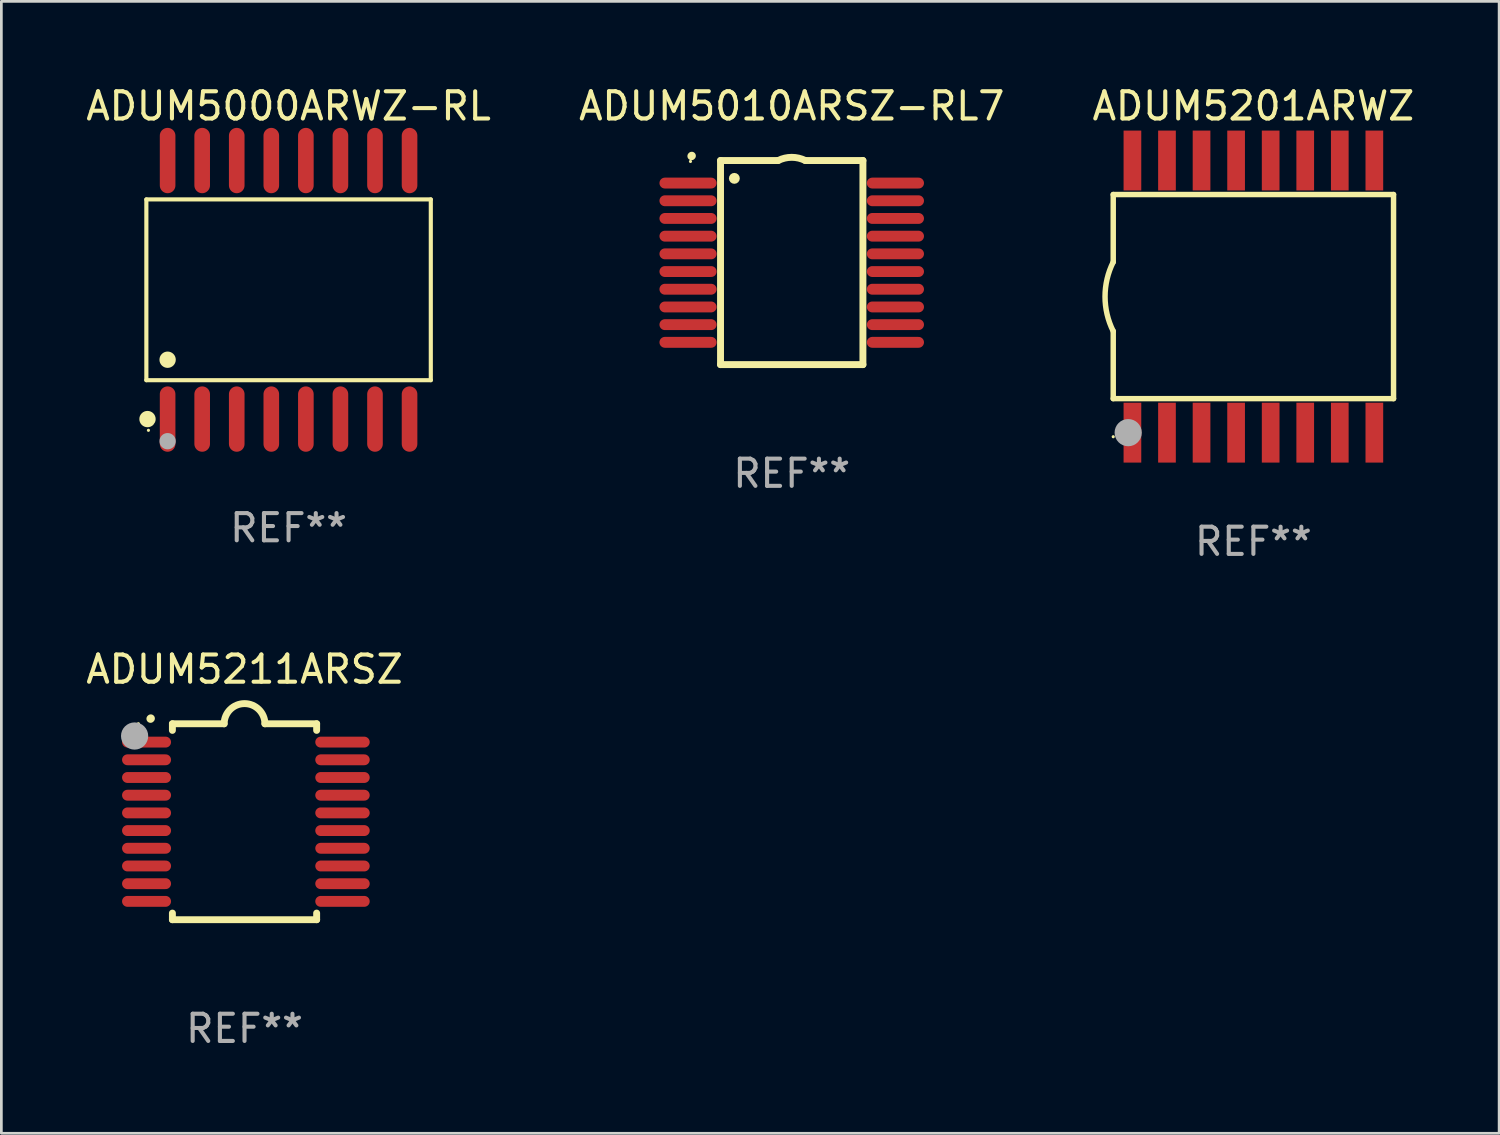
<source format=kicad_pcb>
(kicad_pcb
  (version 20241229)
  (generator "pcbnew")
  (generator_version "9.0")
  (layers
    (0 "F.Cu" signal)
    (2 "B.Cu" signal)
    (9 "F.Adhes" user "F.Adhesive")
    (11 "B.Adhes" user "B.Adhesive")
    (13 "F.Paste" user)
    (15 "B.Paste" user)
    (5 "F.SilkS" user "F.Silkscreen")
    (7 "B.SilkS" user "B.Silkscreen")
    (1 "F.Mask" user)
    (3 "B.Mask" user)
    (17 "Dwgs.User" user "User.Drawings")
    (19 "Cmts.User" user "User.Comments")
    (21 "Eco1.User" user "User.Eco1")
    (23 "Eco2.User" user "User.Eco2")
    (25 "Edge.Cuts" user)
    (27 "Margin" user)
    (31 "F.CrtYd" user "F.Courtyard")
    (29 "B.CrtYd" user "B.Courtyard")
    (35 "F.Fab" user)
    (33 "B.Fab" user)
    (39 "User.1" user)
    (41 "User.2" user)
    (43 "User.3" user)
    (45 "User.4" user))
  (footprint "ADUM5211ARSZ"
    (layer "F.Cu")
    (at 5.935 27.145)
    (property "Reference" "ADUM5211ARSZ" (at 0 -5.6 0) (layer "F.SilkS") (effects (font (size 1 1) (thickness 0.15))))
    (attr through_hole)
    (fp_line (start -2.65 -3.6) (end -2.65 -3.357) (stroke (width 0.254) (type solid)) (layer "F.SilkS"))
    (fp_line (start -2.65 -3.6) (end -0.75 -3.6) (stroke (width 0.254) (type solid)) (layer "F.SilkS"))
    (fp_line (start -2.65 3.357) (end -2.65 3.6) (stroke (width 0.254) (type solid)) (layer "F.SilkS"))
    (fp_line (start 2.65 -3.6) (end 0.75 -3.6) (stroke (width 0.254) (type solid)) (layer "F.SilkS"))
    (fp_line (start 2.65 -3.6) (end 2.65 -3.357) (stroke (width 0.254) (type solid)) (layer "F.SilkS"))
    (fp_line (start 2.65 3.357) (end 2.65 3.6) (stroke (width 0.254) (type solid)) (layer "F.SilkS"))
    (fp_line (start 2.65 3.6) (end -2.65 3.6) (stroke (width 0.254) (type solid)) (layer "F.SilkS"))
    (fp_arc (start -3.454407 -3.784608) (mid -3.449499 -3.78986) (end -3.444247 -3.794768) (stroke (width 0.3) (type solid)) (layer "F.SilkS"))
    (fp_arc (start -0.749301 -3.599186) (mid -0.000051 -4.348844) (end 0.750013 -3.6) (stroke (width 0.254001) (type solid)) (layer "F.SilkS"))
    (fp_circle (center -3.9 -3.6) (end -3.87 -3.6) (stroke (width 0.06) (type solid)) (fill no) (layer "F.SilkS"))
    (fp_circle (center -4.039 -3.15) (end -3.789 -3.15) (stroke (width 0.5) (type solid)) (fill no) (layer "F.Fab"))
    (fp_text user "REF**" (at 0 7.6 0) (layer "F.Fab") (effects (font (size 1 1) (thickness 0.15))))
    (pad "1" smd oval (at -3.6 -2.926 90) (size 0.4 1.8) (layers "F.Cu" "F.Mask" "F.Paste"))
    (pad "2" smd oval (at -3.6 -2.276 90) (size 0.4 1.8) (layers "F.Cu" "F.Mask" "F.Paste"))
    (pad "3" smd oval (at -3.6 -1.626 90) (size 0.4 1.8) (layers "F.Cu" "F.Mask" "F.Paste"))
    (pad "4" smd oval (at -3.6 -0.975 90) (size 0.4 1.8) (layers "F.Cu" "F.Mask" "F.Paste"))
    (pad "5" smd oval (at -3.6 -0.325 90) (size 0.4 1.8) (layers "F.Cu" "F.Mask" "F.Paste"))
    (pad "6" smd oval (at -3.6 0.325 90) (size 0.4 1.8) (layers "F.Cu" "F.Mask" "F.Paste"))
    (pad "7" smd oval (at -3.6 0.975 90) (size 0.4 1.8) (layers "F.Cu" "F.Mask" "F.Paste"))
    (pad "8" smd oval (at -3.6 1.626 90) (size 0.4 1.8) (layers "F.Cu" "F.Mask" "F.Paste"))
    (pad "9" smd oval (at -3.6 2.276 90) (size 0.4 1.8) (layers "F.Cu" "F.Mask" "F.Paste"))
    (pad "10" smd oval (at -3.6 2.926 90) (size 0.4 1.8) (layers "F.Cu" "F.Mask" "F.Paste"))
    (pad "11" smd oval (at 3.6 2.926 90) (size 0.4 2) (layers "F.Cu" "F.Mask" "F.Paste"))
    (pad "12" smd oval (at 3.6 2.276 90) (size 0.4 2) (layers "F.Cu" "F.Mask" "F.Paste"))
    (pad "13" smd oval (at 3.6 1.626 90) (size 0.4 2) (layers "F.Cu" "F.Mask" "F.Paste"))
    (pad "14" smd oval (at 3.6 0.975 90) (size 0.4 2) (layers "F.Cu" "F.Mask" "F.Paste"))
    (pad "15" smd oval (at 3.6 0.325 90) (size 0.4 2) (layers "F.Cu" "F.Mask" "F.Paste"))
    (pad "16" smd oval (at 3.6 -0.325 90) (size 0.4 2) (layers "F.Cu" "F.Mask" "F.Paste"))
    (pad "17" smd oval (at 3.6 -0.975 90) (size 0.4 2) (layers "F.Cu" "F.Mask" "F.Paste"))
    (pad "18" smd oval (at 3.6 -1.626 90) (size 0.4 2) (layers "F.Cu" "F.Mask" "F.Paste"))
    (pad "19" smd oval (at 3.6 -2.276 90) (size 0.4 2) (layers "F.Cu" "F.Mask" "F.Paste"))
    (pad "20" smd oval (at 3.6 -2.926 90) (size 0.4 2) (layers "F.Cu" "F.Mask" "F.Paste")))
  (footprint "ADUM5201ARWZ"
    (layer "F.Cu")
    (at 43.006 7.848)
    (property "Reference" "ADUM5201ARWZ" (at 0 -7 0) (layer "F.SilkS") (effects (font (size 1 1) (thickness 0.15))))
    (attr through_hole)
    (fp_line (start -5.15 -3.75) (end -5.15 -1.27) (stroke (width 0.2) (type solid)) (layer "F.SilkS"))
    (fp_line (start -5.15 -3.75) (end 5.15 -3.75) (stroke (width 0.2) (type solid)) (layer "F.SilkS"))
    (fp_line (start -5.15 3.75) (end -5.15 1.27) (stroke (width 0.2) (type solid)) (layer "F.SilkS"))
    (fp_line (start 5.15 -3.75) (end 5.15 3.75) (stroke (width 0.2) (type solid)) (layer "F.SilkS"))
    (fp_line (start 5.15 3.75) (end -5.15 3.75) (stroke (width 0.2) (type solid)) (layer "F.SilkS"))
    (fp_arc (start -5.151131 1.270003) (mid -5.450556 -0.000132) (end -5.150013 -1.270003) (stroke (width 0.2) (type solid)) (layer "F.SilkS"))
    (fp_circle (center -5.15 5.15) (end -5.12 5.15) (stroke (width 0.06) (type solid)) (fill no) (layer "F.SilkS"))
    (fp_circle (center -4.6 5) (end -4.35 5) (stroke (width 0.5) (type solid)) (fill no) (layer "F.Fab"))
    (fp_text user "REF**" (at 0 9 0) (layer "F.Fab") (effects (font (size 1 1) (thickness 0.15))))
    (pad "1" smd rect (at -4.445 5) (size 0.65 2.2) (layers "F.Cu" "F.Mask" "F.Paste"))
    (pad "2" smd rect (at -3.175 5) (size 0.65 2.2) (layers "F.Cu" "F.Mask" "F.Paste"))
    (pad "3" smd rect (at -1.905 5) (size 0.65 2.2) (layers "F.Cu" "F.Mask" "F.Paste"))
    (pad "4" smd rect (at -0.635 5) (size 0.65 2.2) (layers "F.Cu" "F.Mask" "F.Paste"))
    (pad "5" smd rect (at 0.635 5) (size 0.65 2.2) (layers "F.Cu" "F.Mask" "F.Paste"))
    (pad "6" smd rect (at 1.905 5) (size 0.65 2.2) (layers "F.Cu" "F.Mask" "F.Paste"))
    (pad "7" smd rect (at 3.175 5) (size 0.65 2.2) (layers "F.Cu" "F.Mask" "F.Paste"))
    (pad "8" smd rect (at 4.445 5) (size 0.65 2.2) (layers "F.Cu" "F.Mask" "F.Paste"))
    (pad "9" smd rect (at 4.445 -5) (size 0.65 2.2) (layers "F.Cu" "F.Mask" "F.Paste"))
    (pad "10" smd rect (at 3.175 -5) (size 0.65 2.2) (layers "F.Cu" "F.Mask" "F.Paste"))
    (pad "11" smd rect (at 1.905 -5) (size 0.65 2.2) (layers "F.Cu" "F.Mask" "F.Paste"))
    (pad "12" smd rect (at 0.635 -5) (size 0.65 2.2) (layers "F.Cu" "F.Mask" "F.Paste"))
    (pad "13" smd rect (at -0.635 -5) (size 0.65 2.2) (layers "F.Cu" "F.Mask" "F.Paste"))
    (pad "14" smd rect (at -1.905 -5) (size 0.65 2.2) (layers "F.Cu" "F.Mask" "F.Paste"))
    (pad "15" smd rect (at -3.175 -5) (size 0.65 2.2) (layers "F.Cu" "F.Mask" "F.Paste"))
    (pad "16" smd rect (at -4.445 -5) (size 0.65 2.2) (layers "F.Cu" "F.Mask" "F.Paste")))
  (footprint "ADUM5000ARWZ-RL"
    (layer "F.Cu")
    (at 7.554 7.599)
    (property "Reference" "ADUM5000ARWZ-RL" (at 0 -6.75 0) (layer "F.SilkS") (effects (font (size 1 1) (thickness 0.15))))
    (attr through_hole)
    (fp_line (start -5.226 -3.321) (end 5.226 -3.321) (stroke (width 0.152) (type solid)) (layer "F.SilkS"))
    (fp_line (start -5.226 3.321) (end -5.226 -3.321) (stroke (width 0.152) (type solid)) (layer "F.SilkS"))
    (fp_line (start 5.226 -3.321) (end 5.226 3.321) (stroke (width 0.152) (type solid)) (layer "F.SilkS"))
    (fp_line (start 5.226 3.321) (end -5.226 3.321) (stroke (width 0.152) (type solid)) (layer "F.SilkS"))
    (fp_circle (center -5.184 4.75) (end -5.034 4.75) (stroke (width 0.3) (type solid)) (fill no) (layer "F.SilkS"))
    (fp_circle (center -5.15 5.163) (end -5.12 5.163) (stroke (width 0.06) (type solid)) (fill no) (layer "F.SilkS"))
    (fp_circle (center -4.445 2.569) (end -4.295 2.569) (stroke (width 0.3) (type solid)) (fill no) (layer "F.SilkS"))
    (fp_circle (center -4.445 5.563) (end -4.295 5.563) (stroke (width 0.3) (type solid)) (fill no) (layer "F.Fab"))
    (fp_text user "REF**" (at 0 8.75 0) (layer "F.Fab") (effects (font (size 1 1) (thickness 0.15))))
    (pad "1" smd oval (at -4.445 4.75) (size 0.574 2.401) (layers "F.Cu" "F.Mask" "F.Paste"))
    (pad "2" smd oval (at -3.175 4.75) (size 0.574 2.401) (layers "F.Cu" "F.Mask" "F.Paste"))
    (pad "3" smd oval (at -1.905 4.75) (size 0.574 2.401) (layers "F.Cu" "F.Mask" "F.Paste"))
    (pad "4" smd oval (at -0.635 4.75) (size 0.574 2.401) (layers "F.Cu" "F.Mask" "F.Paste"))
    (pad "5" smd oval (at 0.635 4.75) (size 0.574 2.401) (layers "F.Cu" "F.Mask" "F.Paste"))
    (pad "6" smd oval (at 1.905 4.75) (size 0.574 2.401) (layers "F.Cu" "F.Mask" "F.Paste"))
    (pad "7" smd oval (at 3.175 4.75) (size 0.574 2.401) (layers "F.Cu" "F.Mask" "F.Paste"))
    (pad "8" smd oval (at 4.445 4.75) (size 0.574 2.401) (layers "F.Cu" "F.Mask" "F.Paste"))
    (pad "9" smd oval (at 4.445 -4.75) (size 0.574 2.401) (layers "F.Cu" "F.Mask" "F.Paste"))
    (pad "10" smd oval (at 3.175 -4.75) (size 0.574 2.401) (layers "F.Cu" "F.Mask" "F.Paste"))
    (pad "11" smd oval (at 1.905 -4.75) (size 0.574 2.401) (layers "F.Cu" "F.Mask" "F.Paste"))
    (pad "12" smd oval (at 0.635 -4.75) (size 0.574 2.401) (layers "F.Cu" "F.Mask" "F.Paste"))
    (pad "13" smd oval (at -0.635 -4.75) (size 0.574 2.401) (layers "F.Cu" "F.Mask" "F.Paste"))
    (pad "14" smd oval (at -1.905 -4.75) (size 0.574 2.401) (layers "F.Cu" "F.Mask" "F.Paste"))
    (pad "15" smd oval (at -3.175 -4.75) (size 0.574 2.401) (layers "F.Cu" "F.Mask" "F.Paste"))
    (pad "16" smd oval (at -4.445 -4.75) (size 0.574 2.401) (layers "F.Cu" "F.Mask" "F.Paste")))
  (footprint "ADUM5010ARSZ-RL7"
    (layer "F.Cu")
    (at 26.042 6.598)
    (property "Reference" "ADUM5010ARSZ-RL7" (at 0 -5.75 0) (layer "F.SilkS") (effects (font (size 1 1) (thickness 0.15))))
    (attr through_hole)
    (fp_line (start -2.616 -3.75) (end -0.5 -3.75) (stroke (width 0.254) (type solid)) (layer "F.SilkS"))
    (fp_line (start -2.616 3.75) (end -2.616 -3.75) (stroke (width 0.254) (type solid)) (layer "F.SilkS"))
    (fp_line (start 0.5 -3.75) (end 2.616 -3.75) (stroke (width 0.254) (type solid)) (layer "F.SilkS"))
    (fp_line (start 2.616 -3.75) (end 2.616 3.75) (stroke (width 0.254) (type solid)) (layer "F.SilkS"))
    (fp_line (start 2.616 3.75) (end -2.616 3.75) (stroke (width 0.254) (type solid)) (layer "F.SilkS"))
    (fp_arc (start -3.683109 -3.911608) (mid -3.678201 -3.91686) (end -3.672949 -3.921768) (stroke (width 0.3) (type solid)) (layer "F.SilkS"))
    (fp_arc (start -0.500483 -3.749047) (mid -0.000102 -3.867211) (end 0.500279 -3.749047) (stroke (width 0.254001) (type solid)) (layer "F.SilkS"))
    (fp_circle (center -3.72 -3.715) (end -3.69 -3.715) (stroke (width 0.06) (type solid)) (fill no) (layer "F.SilkS"))
    (fp_circle (center -2.108 -3.094) (end -2.008 -3.094) (stroke (width 0.2) (type solid)) (fill no) (layer "F.SilkS"))
    (fp_text user "REF**" (at 0 7.75 0) (layer "F.Fab") (effects (font (size 1 1) (thickness 0.15))))
    (pad "1" smd oval (at -3.81 -2.921 90) (size 0.4 2.1) (layers "F.Cu" "F.Mask" "F.Paste"))
    (pad "2" smd oval (at -3.81 -2.271 90) (size 0.4 2.1) (layers "F.Cu" "F.Mask" "F.Paste"))
    (pad "3" smd oval (at -3.81 -1.621 90) (size 0.4 2.1) (layers "F.Cu" "F.Mask" "F.Paste"))
    (pad "4" smd oval (at -3.81 -0.97 90) (size 0.4 2.1) (layers "F.Cu" "F.Mask" "F.Paste"))
    (pad "5" smd oval (at -3.81 -0.32 90) (size 0.4 2.1) (layers "F.Cu" "F.Mask" "F.Paste"))
    (pad "6" smd oval (at -3.81 0.33 90) (size 0.4 2.1) (layers "F.Cu" "F.Mask" "F.Paste"))
    (pad "7" smd oval (at -3.81 0.98 90) (size 0.4 2.1) (layers "F.Cu" "F.Mask" "F.Paste"))
    (pad "8" smd oval (at -3.81 1.631 90) (size 0.4 2.1) (layers "F.Cu" "F.Mask" "F.Paste"))
    (pad "9" smd oval (at -3.81 2.281 90) (size 0.4 2.1) (layers "F.Cu" "F.Mask" "F.Paste"))
    (pad "10" smd oval (at -3.81 2.931 90) (size 0.4 2.1) (layers "F.Cu" "F.Mask" "F.Paste"))
    (pad "11" smd oval (at 3.81 2.931 90) (size 0.4 2.1) (layers "F.Cu" "F.Mask" "F.Paste"))
    (pad "12" smd oval (at 3.81 2.281 90) (size 0.4 2.1) (layers "F.Cu" "F.Mask" "F.Paste"))
    (pad "13" smd oval (at 3.81 1.631 90) (size 0.4 2.1) (layers "F.Cu" "F.Mask" "F.Paste"))
    (pad "14" smd oval (at 3.81 0.98 90) (size 0.4 2.1) (layers "F.Cu" "F.Mask" "F.Paste"))
    (pad "15" smd oval (at 3.81 0.33 90) (size 0.4 2.1) (layers "F.Cu" "F.Mask" "F.Paste"))
    (pad "16" smd oval (at 3.81 -0.32 90) (size 0.4 2.1) (layers "F.Cu" "F.Mask" "F.Paste"))
    (pad "17" smd oval (at 3.81 -0.97 90) (size 0.4 2.1) (layers "F.Cu" "F.Mask" "F.Paste"))
    (pad "18" smd oval (at 3.81 -1.621 90) (size 0.4 2.1) (layers "F.Cu" "F.Mask" "F.Paste"))
    (pad "19" smd oval (at 3.81 -2.271 90) (size 0.4 2.1) (layers "F.Cu" "F.Mask" "F.Paste"))
    (pad "20" smd oval (at 3.81 -2.921 90) (size 0.4 2.1) (layers "F.Cu" "F.Mask" "F.Paste")))
  (gr_rect
    (start -3 -3)
    (end 52.036 38.593)
    (stroke (width 0.1) (type default))
    (fill no)
    (layer "Edge.Cuts")))
</source>
